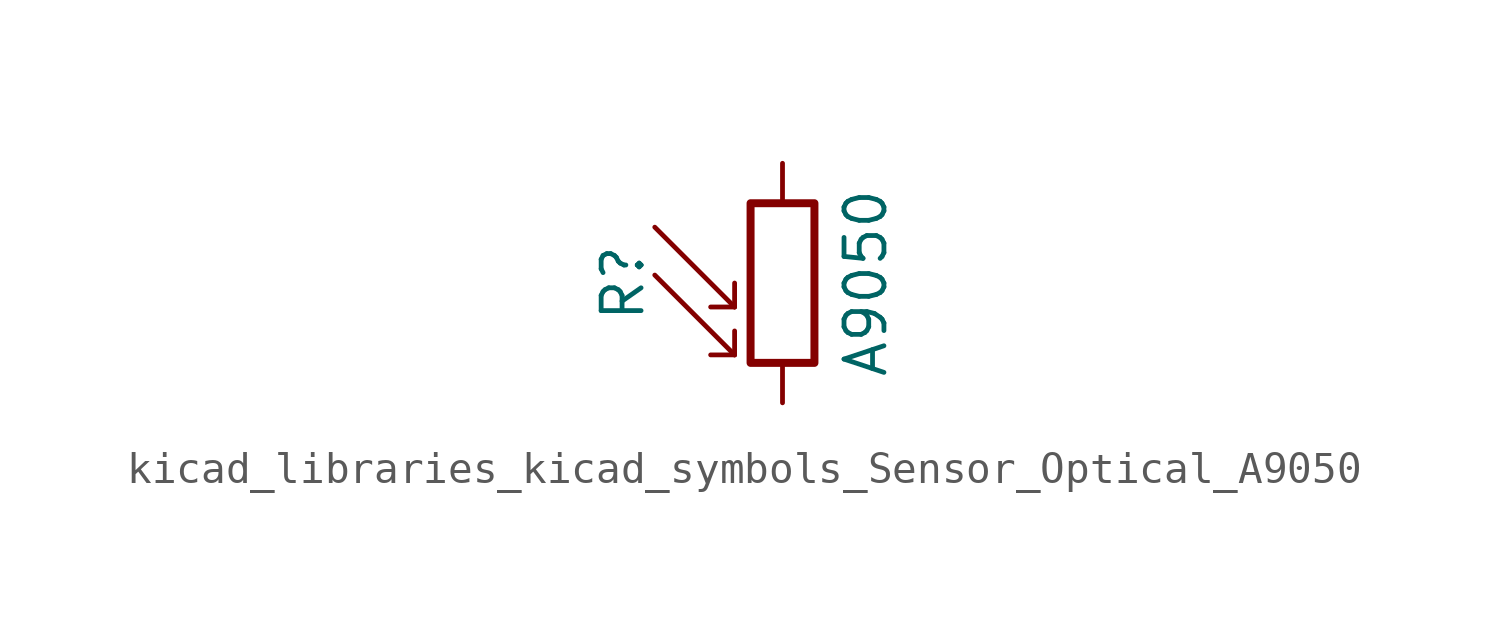
<source format=kicad_sym>
(kicad_symbol_lib
  (version 20220914)
  (generator kicad_symbol_editor)
  (symbol "kicad_libraries_kicad_symbols_Sensor_Optical_A9050"
    (pin_numbers hide)
    (pin_names
      (offset 0))
    (property "Reference" "R"
      (at -5.08 0 90)
      (effects (font (size 1.27 1.27))))
    (property "Value" "A9050"
      (at 1.905 0 90)
      (effects (font (size 1.27 1.27)) (justify top)))
    (symbol "kicad_libraries_kicad_symbols_Sensor_Optical_A9050_0_1"
      (rectangle (start -1.016 2.54) (end 1.016 -2.54) (stroke (width 0.254) (type default)) (fill (type none)))
      (polyline (pts (xy -1.524 -2.286) (xy -4.064 0.254)) (stroke (width 0) (type default)) (fill (type none)))
      (polyline (pts (xy -1.524 -2.286) (xy -2.286 -2.286)) (stroke (width 0) (type default)) (fill (type none)))
      (polyline (pts (xy -1.524 -2.286) (xy -1.524 -1.524)) (stroke (width 0) (type default)) (fill (type none)))
      (polyline (pts (xy -1.524 -0.762) (xy -4.064 1.778)) (stroke (width 0) (type default)) (fill (type none)))
      (polyline (pts (xy -1.524 -0.762) (xy -2.286 -0.762)) (stroke (width 0) (type default)) (fill (type none)))
      (polyline (pts (xy -1.524 -0.762) (xy -1.524 0)) (stroke (width 0) (type default)) (fill (type none))))
    (symbol "kicad_libraries_kicad_symbols_Sensor_Optical_A9050_1_1"
      (pin passive line (at 0 3.81 270) (length 1.27) (name "~" (effects (font (size 1.27 1.27)))) (number "1" (effects (font (size 1.27 1.27)))))
      (pin passive line (at 0 -3.81 90) (length 1.27) (name "~" (effects (font (size 1.27 1.27)))) (number "2" (effects (font (size 1.27 1.27))))))))
</source>
